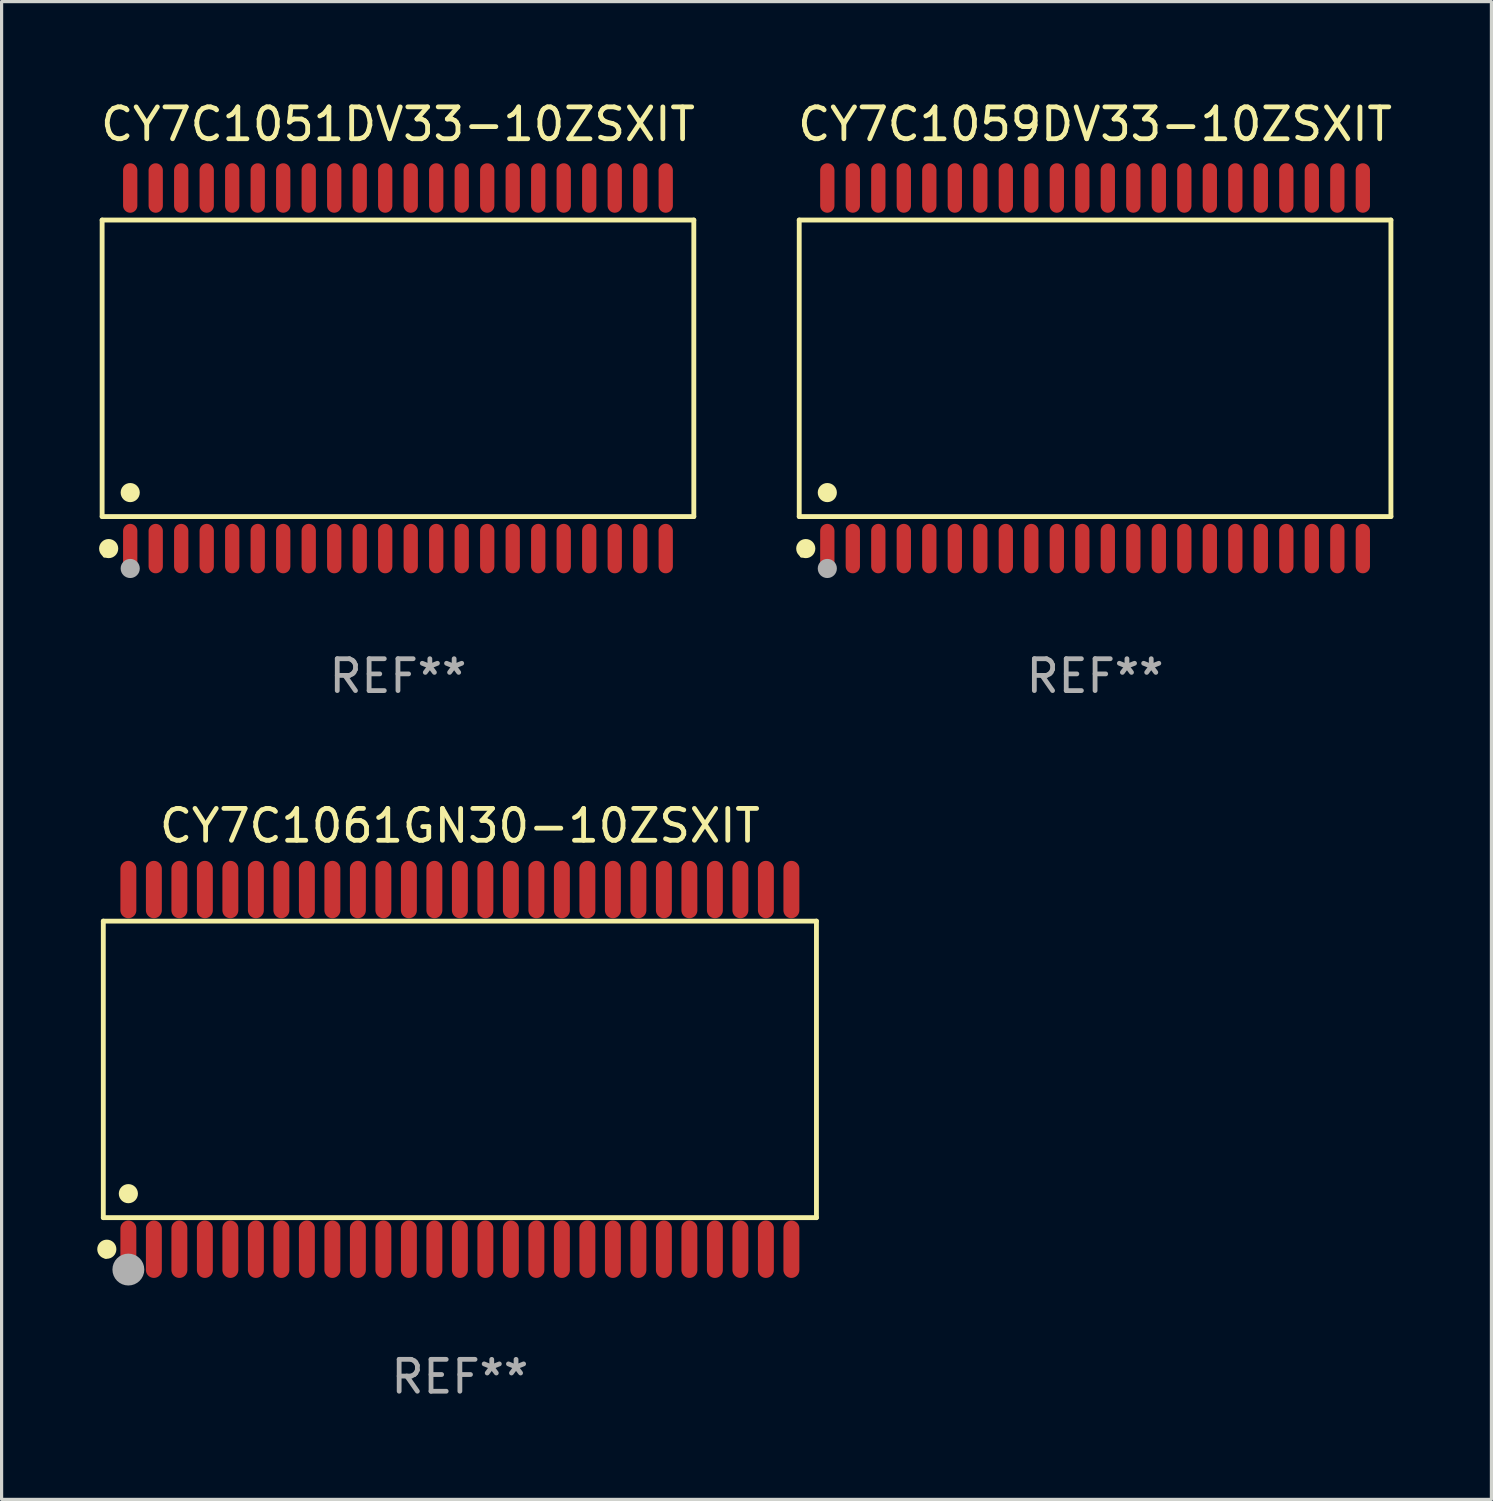
<source format=kicad_pcb>
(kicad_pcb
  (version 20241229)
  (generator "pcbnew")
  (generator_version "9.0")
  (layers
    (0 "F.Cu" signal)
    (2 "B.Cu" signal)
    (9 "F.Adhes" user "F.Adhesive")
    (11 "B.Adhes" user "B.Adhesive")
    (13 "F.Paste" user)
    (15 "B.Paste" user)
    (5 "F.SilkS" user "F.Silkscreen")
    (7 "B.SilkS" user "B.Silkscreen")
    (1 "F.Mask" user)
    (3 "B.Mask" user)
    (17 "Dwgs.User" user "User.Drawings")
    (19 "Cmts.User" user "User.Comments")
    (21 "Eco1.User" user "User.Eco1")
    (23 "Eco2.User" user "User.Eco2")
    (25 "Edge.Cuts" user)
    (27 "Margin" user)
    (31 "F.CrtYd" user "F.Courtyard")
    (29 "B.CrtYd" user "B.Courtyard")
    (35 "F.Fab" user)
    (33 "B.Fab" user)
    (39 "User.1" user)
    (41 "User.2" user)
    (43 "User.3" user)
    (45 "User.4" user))
  (footprint "CY7C1051DV33-10ZSXIT"
    (layer "F.Cu")
    (at 9.435 8.504)
    (property "Reference" "CY7C1051DV33-10ZSXIT" (at 0 -7.656 0) (layer "F.SilkS") (effects (font (size 1 1) (thickness 0.15))))
    (attr through_hole)
    (fp_line (start -9.281 -4.651) (end 9.281 -4.651) (stroke (width 0.152) (type solid)) (layer "F.SilkS"))
    (fp_line (start -9.281 4.651) (end -9.281 -4.651) (stroke (width 0.152) (type solid)) (layer "F.SilkS"))
    (fp_line (start 9.281 -4.651) (end 9.281 4.651) (stroke (width 0.152) (type solid)) (layer "F.SilkS"))
    (fp_line (start 9.281 4.651) (end -9.281 4.651) (stroke (width 0.152) (type solid)) (layer "F.SilkS"))
    (fp_circle (center -9.205 5.88) (end -9.175 5.88) (stroke (width 0.06) (type solid)) (fill no) (layer "F.SilkS"))
    (fp_circle (center -9.076 5.656) (end -8.926 5.656) (stroke (width 0.3) (type solid)) (fill no) (layer "F.SilkS"))
    (fp_circle (center -8.4 3.899) (end -8.25 3.899) (stroke (width 0.3) (type solid)) (fill no) (layer "F.SilkS"))
    (fp_circle (center -8.4 6.28) (end -8.25 6.28) (stroke (width 0.3) (type solid)) (fill no) (layer "F.Fab"))
    (fp_text user "REF**" (at 0 9.656 0) (layer "F.Fab") (effects (font (size 1 1) (thickness 0.15))))
    (pad "1" smd oval (at -8.4 5.656) (size 0.448 1.551) (layers "F.Cu" "F.Mask" "F.Paste"))
    (pad "2" smd oval (at -7.6 5.656) (size 0.448 1.551) (layers "F.Cu" "F.Mask" "F.Paste"))
    (pad "3" smd oval (at -6.8 5.656) (size 0.448 1.551) (layers "F.Cu" "F.Mask" "F.Paste"))
    (pad "4" smd oval (at -6 5.656) (size 0.448 1.551) (layers "F.Cu" "F.Mask" "F.Paste"))
    (pad "5" smd oval (at -5.2 5.656) (size 0.448 1.551) (layers "F.Cu" "F.Mask" "F.Paste"))
    (pad "6" smd oval (at -4.4 5.656) (size 0.448 1.551) (layers "F.Cu" "F.Mask" "F.Paste"))
    (pad "7" smd oval (at -3.6 5.656) (size 0.448 1.551) (layers "F.Cu" "F.Mask" "F.Paste"))
    (pad "8" smd oval (at -2.8 5.656) (size 0.448 1.551) (layers "F.Cu" "F.Mask" "F.Paste"))
    (pad "9" smd oval (at -2 5.656) (size 0.448 1.551) (layers "F.Cu" "F.Mask" "F.Paste"))
    (pad "10" smd oval (at -1.2 5.656) (size 0.448 1.551) (layers "F.Cu" "F.Mask" "F.Paste"))
    (pad "11" smd oval (at -0.4 5.656) (size 0.448 1.551) (layers "F.Cu" "F.Mask" "F.Paste"))
    (pad "12" smd oval (at 0.4 5.656) (size 0.448 1.551) (layers "F.Cu" "F.Mask" "F.Paste"))
    (pad "13" smd oval (at 1.2 5.656) (size 0.448 1.551) (layers "F.Cu" "F.Mask" "F.Paste"))
    (pad "14" smd oval (at 2 5.656) (size 0.448 1.551) (layers "F.Cu" "F.Mask" "F.Paste"))
    (pad "15" smd oval (at 2.8 5.656) (size 0.448 1.551) (layers "F.Cu" "F.Mask" "F.Paste"))
    (pad "16" smd oval (at 3.6 5.656) (size 0.448 1.551) (layers "F.Cu" "F.Mask" "F.Paste"))
    (pad "17" smd oval (at 4.4 5.656) (size 0.448 1.551) (layers "F.Cu" "F.Mask" "F.Paste"))
    (pad "18" smd oval (at 5.2 5.656) (size 0.448 1.551) (layers "F.Cu" "F.Mask" "F.Paste"))
    (pad "19" smd oval (at 6 5.656) (size 0.448 1.551) (layers "F.Cu" "F.Mask" "F.Paste"))
    (pad "20" smd oval (at 6.8 5.656) (size 0.448 1.551) (layers "F.Cu" "F.Mask" "F.Paste"))
    (pad "21" smd oval (at 7.6 5.656) (size 0.448 1.551) (layers "F.Cu" "F.Mask" "F.Paste"))
    (pad "22" smd oval (at 8.4 5.656) (size 0.448 1.551) (layers "F.Cu" "F.Mask" "F.Paste"))
    (pad "23" smd oval (at 8.4 -5.656) (size 0.448 1.551) (layers "F.Cu" "F.Mask" "F.Paste"))
    (pad "24" smd oval (at 7.6 -5.656) (size 0.448 1.551) (layers "F.Cu" "F.Mask" "F.Paste"))
    (pad "25" smd oval (at 6.8 -5.656) (size 0.448 1.551) (layers "F.Cu" "F.Mask" "F.Paste"))
    (pad "26" smd oval (at 6 -5.656) (size 0.448 1.551) (layers "F.Cu" "F.Mask" "F.Paste"))
    (pad "27" smd oval (at 5.2 -5.656) (size 0.448 1.551) (layers "F.Cu" "F.Mask" "F.Paste"))
    (pad "28" smd oval (at 4.4 -5.656) (size 0.448 1.551) (layers "F.Cu" "F.Mask" "F.Paste"))
    (pad "29" smd oval (at 3.6 -5.656) (size 0.448 1.551) (layers "F.Cu" "F.Mask" "F.Paste"))
    (pad "30" smd oval (at 2.8 -5.656) (size 0.448 1.551) (layers "F.Cu" "F.Mask" "F.Paste"))
    (pad "31" smd oval (at 2 -5.656) (size 0.448 1.551) (layers "F.Cu" "F.Mask" "F.Paste"))
    (pad "32" smd oval (at 1.2 -5.656) (size 0.448 1.551) (layers "F.Cu" "F.Mask" "F.Paste"))
    (pad "33" smd oval (at 0.4 -5.656) (size 0.448 1.551) (layers "F.Cu" "F.Mask" "F.Paste"))
    (pad "34" smd oval (at -0.4 -5.656) (size 0.448 1.551) (layers "F.Cu" "F.Mask" "F.Paste"))
    (pad "35" smd oval (at -1.2 -5.656) (size 0.448 1.551) (layers "F.Cu" "F.Mask" "F.Paste"))
    (pad "36" smd oval (at -2 -5.656) (size 0.448 1.551) (layers "F.Cu" "F.Mask" "F.Paste"))
    (pad "37" smd oval (at -2.8 -5.656) (size 0.448 1.551) (layers "F.Cu" "F.Mask" "F.Paste"))
    (pad "38" smd oval (at -3.6 -5.656) (size 0.448 1.551) (layers "F.Cu" "F.Mask" "F.Paste"))
    (pad "39" smd oval (at -4.4 -5.656) (size 0.448 1.551) (layers "F.Cu" "F.Mask" "F.Paste"))
    (pad "40" smd oval (at -5.2 -5.656) (size 0.448 1.551) (layers "F.Cu" "F.Mask" "F.Paste"))
    (pad "41" smd oval (at -6 -5.656) (size 0.448 1.551) (layers "F.Cu" "F.Mask" "F.Paste"))
    (pad "42" smd oval (at -6.8 -5.656) (size 0.448 1.551) (layers "F.Cu" "F.Mask" "F.Paste"))
    (pad "43" smd oval (at -7.6 -5.656) (size 0.448 1.551) (layers "F.Cu" "F.Mask" "F.Paste"))
    (pad "44" smd oval (at -8.4 -5.656) (size 0.448 1.551) (layers "F.Cu" "F.Mask" "F.Paste")))
  (footprint "CY7C1059DV33-10ZSXIT"
    (layer "F.Cu")
    (at 31.304 8.504)
    (property "Reference" "CY7C1059DV33-10ZSXIT" (at 0 -7.656 0) (layer "F.SilkS") (effects (font (size 1 1) (thickness 0.15))))
    (attr through_hole)
    (fp_line (start -9.281 -4.651) (end 9.281 -4.651) (stroke (width 0.152) (type solid)) (layer "F.SilkS"))
    (fp_line (start -9.281 4.651) (end -9.281 -4.651) (stroke (width 0.152) (type solid)) (layer "F.SilkS"))
    (fp_line (start 9.281 -4.651) (end 9.281 4.651) (stroke (width 0.152) (type solid)) (layer "F.SilkS"))
    (fp_line (start 9.281 4.651) (end -9.281 4.651) (stroke (width 0.152) (type solid)) (layer "F.SilkS"))
    (fp_circle (center -9.205 5.88) (end -9.175 5.88) (stroke (width 0.06) (type solid)) (fill no) (layer "F.SilkS"))
    (fp_circle (center -9.076 5.656) (end -8.926 5.656) (stroke (width 0.3) (type solid)) (fill no) (layer "F.SilkS"))
    (fp_circle (center -8.4 3.899) (end -8.25 3.899) (stroke (width 0.3) (type solid)) (fill no) (layer "F.SilkS"))
    (fp_circle (center -8.4 6.28) (end -8.25 6.28) (stroke (width 0.3) (type solid)) (fill no) (layer "F.Fab"))
    (fp_text user "REF**" (at 0 9.656 0) (layer "F.Fab") (effects (font (size 1 1) (thickness 0.15))))
    (pad "1" smd oval (at -8.4 5.656) (size 0.448 1.551) (layers "F.Cu" "F.Mask" "F.Paste"))
    (pad "2" smd oval (at -7.6 5.656) (size 0.448 1.551) (layers "F.Cu" "F.Mask" "F.Paste"))
    (pad "3" smd oval (at -6.8 5.656) (size 0.448 1.551) (layers "F.Cu" "F.Mask" "F.Paste"))
    (pad "4" smd oval (at -6 5.656) (size 0.448 1.551) (layers "F.Cu" "F.Mask" "F.Paste"))
    (pad "5" smd oval (at -5.2 5.656) (size 0.448 1.551) (layers "F.Cu" "F.Mask" "F.Paste"))
    (pad "6" smd oval (at -4.4 5.656) (size 0.448 1.551) (layers "F.Cu" "F.Mask" "F.Paste"))
    (pad "7" smd oval (at -3.6 5.656) (size 0.448 1.551) (layers "F.Cu" "F.Mask" "F.Paste"))
    (pad "8" smd oval (at -2.8 5.656) (size 0.448 1.551) (layers "F.Cu" "F.Mask" "F.Paste"))
    (pad "9" smd oval (at -2 5.656) (size 0.448 1.551) (layers "F.Cu" "F.Mask" "F.Paste"))
    (pad "10" smd oval (at -1.2 5.656) (size 0.448 1.551) (layers "F.Cu" "F.Mask" "F.Paste"))
    (pad "11" smd oval (at -0.4 5.656) (size 0.448 1.551) (layers "F.Cu" "F.Mask" "F.Paste"))
    (pad "12" smd oval (at 0.4 5.656) (size 0.448 1.551) (layers "F.Cu" "F.Mask" "F.Paste"))
    (pad "13" smd oval (at 1.2 5.656) (size 0.448 1.551) (layers "F.Cu" "F.Mask" "F.Paste"))
    (pad "14" smd oval (at 2 5.656) (size 0.448 1.551) (layers "F.Cu" "F.Mask" "F.Paste"))
    (pad "15" smd oval (at 2.8 5.656) (size 0.448 1.551) (layers "F.Cu" "F.Mask" "F.Paste"))
    (pad "16" smd oval (at 3.6 5.656) (size 0.448 1.551) (layers "F.Cu" "F.Mask" "F.Paste"))
    (pad "17" smd oval (at 4.4 5.656) (size 0.448 1.551) (layers "F.Cu" "F.Mask" "F.Paste"))
    (pad "18" smd oval (at 5.2 5.656) (size 0.448 1.551) (layers "F.Cu" "F.Mask" "F.Paste"))
    (pad "19" smd oval (at 6 5.656) (size 0.448 1.551) (layers "F.Cu" "F.Mask" "F.Paste"))
    (pad "20" smd oval (at 6.8 5.656) (size 0.448 1.551) (layers "F.Cu" "F.Mask" "F.Paste"))
    (pad "21" smd oval (at 7.6 5.656) (size 0.448 1.551) (layers "F.Cu" "F.Mask" "F.Paste"))
    (pad "22" smd oval (at 8.4 5.656) (size 0.448 1.551) (layers "F.Cu" "F.Mask" "F.Paste"))
    (pad "23" smd oval (at 8.4 -5.656) (size 0.448 1.551) (layers "F.Cu" "F.Mask" "F.Paste"))
    (pad "24" smd oval (at 7.6 -5.656) (size 0.448 1.551) (layers "F.Cu" "F.Mask" "F.Paste"))
    (pad "25" smd oval (at 6.8 -5.656) (size 0.448 1.551) (layers "F.Cu" "F.Mask" "F.Paste"))
    (pad "26" smd oval (at 6 -5.656) (size 0.448 1.551) (layers "F.Cu" "F.Mask" "F.Paste"))
    (pad "27" smd oval (at 5.2 -5.656) (size 0.448 1.551) (layers "F.Cu" "F.Mask" "F.Paste"))
    (pad "28" smd oval (at 4.4 -5.656) (size 0.448 1.551) (layers "F.Cu" "F.Mask" "F.Paste"))
    (pad "29" smd oval (at 3.6 -5.656) (size 0.448 1.551) (layers "F.Cu" "F.Mask" "F.Paste"))
    (pad "30" smd oval (at 2.8 -5.656) (size 0.448 1.551) (layers "F.Cu" "F.Mask" "F.Paste"))
    (pad "31" smd oval (at 2 -5.656) (size 0.448 1.551) (layers "F.Cu" "F.Mask" "F.Paste"))
    (pad "32" smd oval (at 1.2 -5.656) (size 0.448 1.551) (layers "F.Cu" "F.Mask" "F.Paste"))
    (pad "33" smd oval (at 0.4 -5.656) (size 0.448 1.551) (layers "F.Cu" "F.Mask" "F.Paste"))
    (pad "34" smd oval (at -0.4 -5.656) (size 0.448 1.551) (layers "F.Cu" "F.Mask" "F.Paste"))
    (pad "35" smd oval (at -1.2 -5.656) (size 0.448 1.551) (layers "F.Cu" "F.Mask" "F.Paste"))
    (pad "36" smd oval (at -2 -5.656) (size 0.448 1.551) (layers "F.Cu" "F.Mask" "F.Paste"))
    (pad "37" smd oval (at -2.8 -5.656) (size 0.448 1.551) (layers "F.Cu" "F.Mask" "F.Paste"))
    (pad "38" smd oval (at -3.6 -5.656) (size 0.448 1.551) (layers "F.Cu" "F.Mask" "F.Paste"))
    (pad "39" smd oval (at -4.4 -5.656) (size 0.448 1.551) (layers "F.Cu" "F.Mask" "F.Paste"))
    (pad "40" smd oval (at -5.2 -5.656) (size 0.448 1.551) (layers "F.Cu" "F.Mask" "F.Paste"))
    (pad "41" smd oval (at -6 -5.656) (size 0.448 1.551) (layers "F.Cu" "F.Mask" "F.Paste"))
    (pad "42" smd oval (at -6.8 -5.656) (size 0.448 1.551) (layers "F.Cu" "F.Mask" "F.Paste"))
    (pad "43" smd oval (at -7.6 -5.656) (size 0.448 1.551) (layers "F.Cu" "F.Mask" "F.Paste"))
    (pad "44" smd oval (at -8.4 -5.656) (size 0.448 1.551) (layers "F.Cu" "F.Mask" "F.Paste")))
  (footprint "CY7C1061GN30-10ZSXIT"
    (layer "F.Cu")
    (at 11.377 30.498)
    (property "Reference" "CY7C1061GN30-10ZSXIT" (at 0 -7.642 0) (layer "F.SilkS") (effects (font (size 1 1) (thickness 0.15))))
    (attr through_hole)
    (fp_line (start -11.186 -4.651) (end 11.186 -4.651) (stroke (width 0.152) (type solid)) (layer "F.SilkS"))
    (fp_line (start -11.186 4.651) (end -11.186 -4.651) (stroke (width 0.152) (type solid)) (layer "F.SilkS"))
    (fp_line (start 11.186 -4.651) (end 11.186 4.651) (stroke (width 0.152) (type solid)) (layer "F.SilkS"))
    (fp_line (start 11.186 4.651) (end -11.186 4.651) (stroke (width 0.152) (type solid)) (layer "F.SilkS"))
    (fp_circle (center -11.11 5.88) (end -11.08 5.88) (stroke (width 0.06) (type solid)) (fill no) (layer "F.SilkS"))
    (fp_circle (center -11.076 5.642) (end -10.926 5.642) (stroke (width 0.3) (type solid)) (fill no) (layer "F.SilkS"))
    (fp_circle (center -10.4 3.899) (end -10.25 3.899) (stroke (width 0.3) (type solid)) (fill no) (layer "F.SilkS"))
    (fp_circle (center -10.4 6.28) (end -10.15 6.28) (stroke (width 0.5) (type solid)) (fill no) (layer "F.Fab"))
    (fp_text user "REF**" (at 0 9.642 0) (layer "F.Fab") (effects (font (size 1 1) (thickness 0.15))))
    (pad "1" smd oval (at -10.4 5.642) (size 0.5 1.8) (layers "F.Cu" "F.Mask" "F.Paste"))
    (pad "2" smd oval (at -9.6 5.642) (size 0.5 1.8) (layers "F.Cu" "F.Mask" "F.Paste"))
    (pad "3" smd oval (at -8.8 5.642) (size 0.5 1.8) (layers "F.Cu" "F.Mask" "F.Paste"))
    (pad "4" smd oval (at -8 5.642) (size 0.5 1.8) (layers "F.Cu" "F.Mask" "F.Paste"))
    (pad "5" smd oval (at -7.2 5.642) (size 0.5 1.8) (layers "F.Cu" "F.Mask" "F.Paste"))
    (pad "6" smd oval (at -6.4 5.642) (size 0.5 1.8) (layers "F.Cu" "F.Mask" "F.Paste"))
    (pad "7" smd oval (at -5.6 5.642) (size 0.5 1.8) (layers "F.Cu" "F.Mask" "F.Paste"))
    (pad "8" smd oval (at -4.8 5.642) (size 0.5 1.8) (layers "F.Cu" "F.Mask" "F.Paste"))
    (pad "9" smd oval (at -4 5.642) (size 0.5 1.8) (layers "F.Cu" "F.Mask" "F.Paste"))
    (pad "10" smd oval (at -3.2 5.642) (size 0.5 1.8) (layers "F.Cu" "F.Mask" "F.Paste"))
    (pad "11" smd oval (at -2.4 5.642) (size 0.5 1.8) (layers "F.Cu" "F.Mask" "F.Paste"))
    (pad "12" smd oval (at -1.6 5.642) (size 0.5 1.8) (layers "F.Cu" "F.Mask" "F.Paste"))
    (pad "13" smd oval (at -0.8 5.642) (size 0.5 1.8) (layers "F.Cu" "F.Mask" "F.Paste"))
    (pad "14" smd oval (at 0 5.642) (size 0.5 1.8) (layers "F.Cu" "F.Mask" "F.Paste"))
    (pad "15" smd oval (at 0.8 5.642) (size 0.5 1.8) (layers "F.Cu" "F.Mask" "F.Paste"))
    (pad "16" smd oval (at 1.6 5.642) (size 0.5 1.8) (layers "F.Cu" "F.Mask" "F.Paste"))
    (pad "17" smd oval (at 2.4 5.642) (size 0.5 1.8) (layers "F.Cu" "F.Mask" "F.Paste"))
    (pad "18" smd oval (at 3.2 5.642) (size 0.5 1.8) (layers "F.Cu" "F.Mask" "F.Paste"))
    (pad "19" smd oval (at 4 5.642) (size 0.5 1.8) (layers "F.Cu" "F.Mask" "F.Paste"))
    (pad "20" smd oval (at 4.8 5.642) (size 0.5 1.8) (layers "F.Cu" "F.Mask" "F.Paste"))
    (pad "21" smd oval (at 5.6 5.642) (size 0.5 1.8) (layers "F.Cu" "F.Mask" "F.Paste"))
    (pad "22" smd oval (at 6.4 5.642) (size 0.5 1.8) (layers "F.Cu" "F.Mask" "F.Paste"))
    (pad "23" smd oval (at 7.2 5.642) (size 0.5 1.8) (layers "F.Cu" "F.Mask" "F.Paste"))
    (pad "24" smd oval (at 8 5.642) (size 0.5 1.8) (layers "F.Cu" "F.Mask" "F.Paste"))
    (pad "25" smd oval (at 8.8 5.642) (size 0.5 1.8) (layers "F.Cu" "F.Mask" "F.Paste"))
    (pad "26" smd oval (at 9.6 5.642) (size 0.5 1.8) (layers "F.Cu" "F.Mask" "F.Paste"))
    (pad "27" smd oval (at 10.4 5.642) (size 0.5 1.8) (layers "F.Cu" "F.Mask" "F.Paste"))
    (pad "28" smd oval (at 10.4 -5.642) (size 0.5 1.8) (layers "F.Cu" "F.Mask" "F.Paste"))
    (pad "29" smd oval (at 9.6 -5.642) (size 0.5 1.8) (layers "F.Cu" "F.Mask" "F.Paste"))
    (pad "30" smd oval (at 8.8 -5.642) (size 0.5 1.8) (layers "F.Cu" "F.Mask" "F.Paste"))
    (pad "31" smd oval (at 8 -5.642) (size 0.5 1.8) (layers "F.Cu" "F.Mask" "F.Paste"))
    (pad "32" smd oval (at 7.2 -5.642) (size 0.5 1.8) (layers "F.Cu" "F.Mask" "F.Paste"))
    (pad "33" smd oval (at 6.4 -5.642) (size 0.5 1.8) (layers "F.Cu" "F.Mask" "F.Paste"))
    (pad "34" smd oval (at 5.6 -5.642) (size 0.5 1.8) (layers "F.Cu" "F.Mask" "F.Paste"))
    (pad "35" smd oval (at 4.8 -5.642) (size 0.5 1.8) (layers "F.Cu" "F.Mask" "F.Paste"))
    (pad "36" smd oval (at 4 -5.642) (size 0.5 1.8) (layers "F.Cu" "F.Mask" "F.Paste"))
    (pad "37" smd oval (at 3.2 -5.642) (size 0.5 1.8) (layers "F.Cu" "F.Mask" "F.Paste"))
    (pad "38" smd oval (at 2.4 -5.642) (size 0.5 1.8) (layers "F.Cu" "F.Mask" "F.Paste"))
    (pad "39" smd oval (at 1.6 -5.642) (size 0.5 1.8) (layers "F.Cu" "F.Mask" "F.Paste"))
    (pad "40" smd oval (at 0.8 -5.642) (size 0.5 1.8) (layers "F.Cu" "F.Mask" "F.Paste"))
    (pad "41" smd oval (at 0 -5.642) (size 0.5 1.8) (layers "F.Cu" "F.Mask" "F.Paste"))
    (pad "42" smd oval (at -0.8 -5.642) (size 0.5 1.8) (layers "F.Cu" "F.Mask" "F.Paste"))
    (pad "43" smd oval (at -1.6 -5.642) (size 0.5 1.8) (layers "F.Cu" "F.Mask" "F.Paste"))
    (pad "44" smd oval (at -2.4 -5.642) (size 0.5 1.8) (layers "F.Cu" "F.Mask" "F.Paste"))
    (pad "45" smd oval (at -3.2 -5.642) (size 0.5 1.8) (layers "F.Cu" "F.Mask" "F.Paste"))
    (pad "46" smd oval (at -4 -5.642) (size 0.5 1.8) (layers "F.Cu" "F.Mask" "F.Paste"))
    (pad "47" smd oval (at -4.8 -5.642) (size 0.5 1.8) (layers "F.Cu" "F.Mask" "F.Paste"))
    (pad "48" smd oval (at -5.6 -5.642) (size 0.5 1.8) (layers "F.Cu" "F.Mask" "F.Paste"))
    (pad "49" smd oval (at -6.4 -5.642) (size 0.5 1.8) (layers "F.Cu" "F.Mask" "F.Paste"))
    (pad "50" smd oval (at -7.2 -5.642) (size 0.5 1.8) (layers "F.Cu" "F.Mask" "F.Paste"))
    (pad "51" smd oval (at -8 -5.642) (size 0.5 1.8) (layers "F.Cu" "F.Mask" "F.Paste"))
    (pad "52" smd oval (at -8.8 -5.642) (size 0.5 1.8) (layers "F.Cu" "F.Mask" "F.Paste"))
    (pad "53" smd oval (at -9.6 -5.642) (size 0.5 1.8) (layers "F.Cu" "F.Mask" "F.Paste"))
    (pad "54" smd oval (at -10.4 -5.642) (size 0.5 1.8) (layers "F.Cu" "F.Mask" "F.Paste")))
  (gr_rect
    (start -3 -3)
    (end 43.738 43.988)
    (stroke (width 0.1) (type default))
    (fill no)
    (layer "Edge.Cuts")))
</source>
